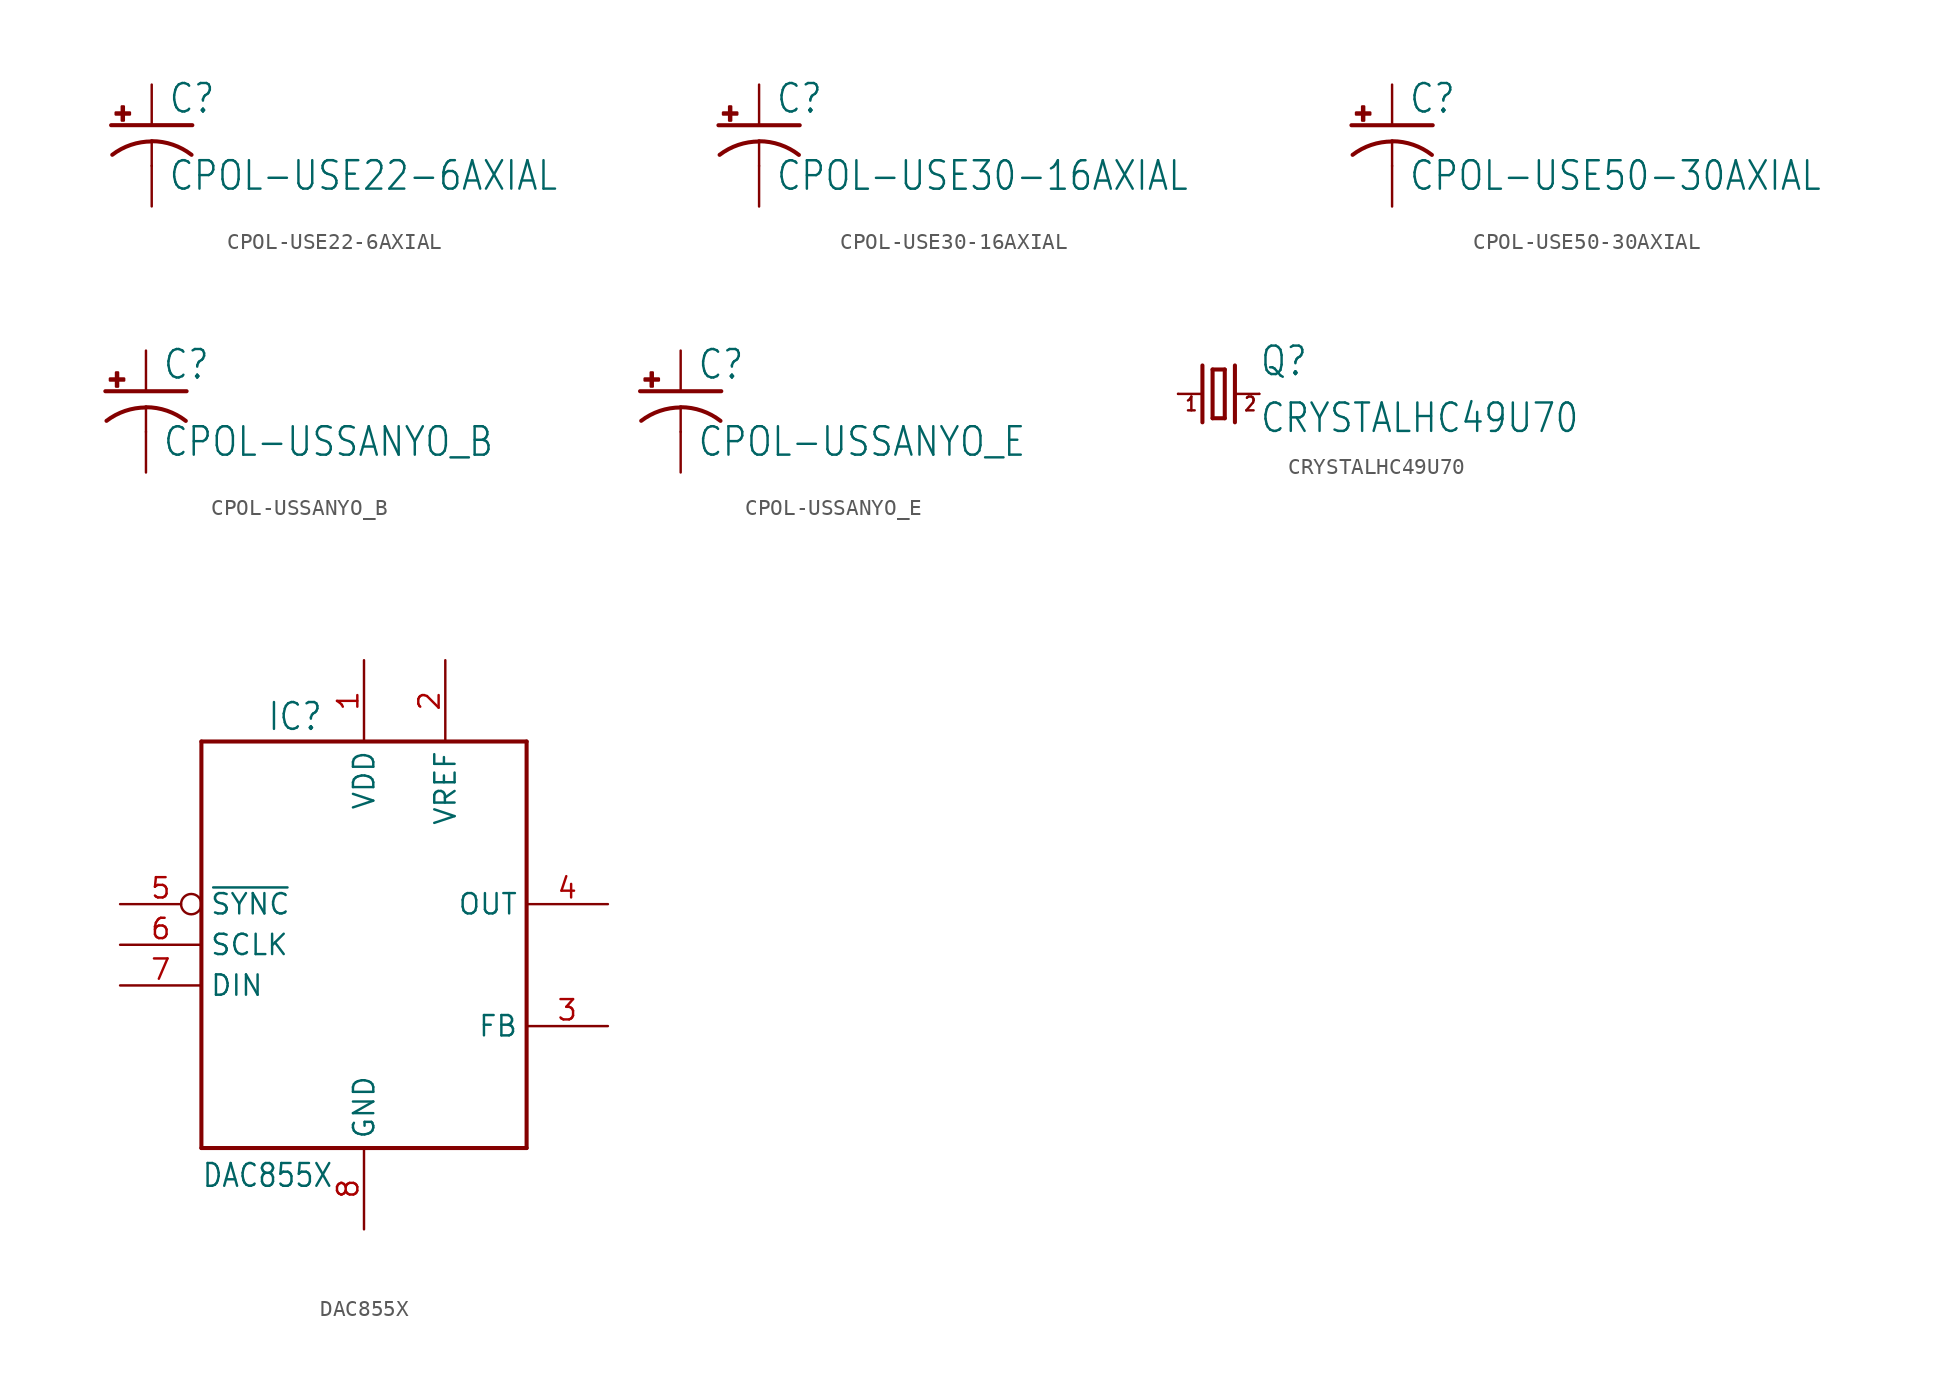
<source format=kicad_sym>
(kicad_symbol_lib
  (version 20211014)
  (generator kicad_symbol_editor)
  (symbol "CPOL-USE22-6AXIAL"
    (property "Reference" "C"
      (at 1.016 0.635 0)
      (effects (font (size 1.778 1.511)) (justify left bottom)))
    (property "Value" "CPOL-USE22-6AXIAL"
      (at 1.016 -4.191 0)
      (effects (font (size 1.778 1.511)) (justify left bottom)))
    (property "ki_locked" ""
      (at 0 0 0)
      (effects (font (size 1.27 1.27))))
    (symbol "CPOL-USE22-6AXIAL_1_0"
      (rectangle (start -2.253 0.668) (end -1.364 0.795) (stroke (width 0) (type default) (color 0 0 0 0)) (fill (type outline)))
      (rectangle (start -1.872 0.287) (end -1.745 1.176) (stroke (width 0) (type default) (color 0 0 0 0)) (fill (type outline)))
      (arc (start 0 -1.0161) (mid -1.3021 -1.2302) (end -2.4669 -1.8504) (stroke (width 0.254) (type default) (color 0 0 0 0)) (fill (type none)))
      (polyline (pts (xy -2.54 0) (xy 2.54 0)) (stroke (width 0.254) (type default) (color 0 0 0 0)) (fill (type none)))
      (polyline (pts (xy 0 -1.016) (xy 0 -2.54)) (stroke (width 0.152) (type default) (color 0 0 0 0)) (fill (type none)))
      (arc (start 2.4892 -1.8542) (mid 1.3158 -1.2195) (end 0 -1) (stroke (width 0.254) (type default) (color 0 0 0 0)) (fill (type none)))
      (pin passive line (at 0 2.54 270) (length 2.54) (name "+" (effects (font (size 0 0)))) (number "+" (effects (font (size 0 0)))))
      (pin passive line (at 0 -5.08 90) (length 2.54) (name "-" (effects (font (size 0 0)))) (number "-" (effects (font (size 0 0)))))))
  (symbol "CPOL-USE30-16AXIAL"
    (property "Reference" "C"
      (at 1.016 0.635 0)
      (effects (font (size 1.778 1.511)) (justify left bottom)))
    (property "Value" "CPOL-USE30-16AXIAL"
      (at 1.016 -4.191 0)
      (effects (font (size 1.778 1.511)) (justify left bottom)))
    (property "ki_locked" ""
      (at 0 0 0)
      (effects (font (size 1.27 1.27))))
    (symbol "CPOL-USE30-16AXIAL_1_0"
      (rectangle (start -2.253 0.668) (end -1.364 0.795) (stroke (width 0) (type default) (color 0 0 0 0)) (fill (type outline)))
      (rectangle (start -1.872 0.287) (end -1.745 1.176) (stroke (width 0) (type default) (color 0 0 0 0)) (fill (type outline)))
      (arc (start 0 -1.0161) (mid -1.3021 -1.2302) (end -2.4669 -1.8504) (stroke (width 0.254) (type default) (color 0 0 0 0)) (fill (type none)))
      (polyline (pts (xy -2.54 0) (xy 2.54 0)) (stroke (width 0.254) (type default) (color 0 0 0 0)) (fill (type none)))
      (polyline (pts (xy 0 -1.016) (xy 0 -2.54)) (stroke (width 0.152) (type default) (color 0 0 0 0)) (fill (type none)))
      (arc (start 2.4892 -1.8542) (mid 1.3158 -1.2195) (end 0 -1) (stroke (width 0.254) (type default) (color 0 0 0 0)) (fill (type none)))
      (pin passive line (at 0 2.54 270) (length 2.54) (name "+" (effects (font (size 0 0)))) (number "+" (effects (font (size 0 0)))))
      (pin passive line (at 0 -5.08 90) (length 2.54) (name "-" (effects (font (size 0 0)))) (number "-" (effects (font (size 0 0)))))))
  (symbol "CPOL-USE50-30AXIAL"
    (property "Reference" "C"
      (at 1.016 0.635 0)
      (effects (font (size 1.778 1.511)) (justify left bottom)))
    (property "Value" "CPOL-USE50-30AXIAL"
      (at 1.016 -4.191 0)
      (effects (font (size 1.778 1.511)) (justify left bottom)))
    (property "ki_locked" ""
      (at 0 0 0)
      (effects (font (size 1.27 1.27))))
    (symbol "CPOL-USE50-30AXIAL_1_0"
      (rectangle (start -2.253 0.668) (end -1.364 0.795) (stroke (width 0) (type default) (color 0 0 0 0)) (fill (type outline)))
      (rectangle (start -1.872 0.287) (end -1.745 1.176) (stroke (width 0) (type default) (color 0 0 0 0)) (fill (type outline)))
      (arc (start 0 -1.0161) (mid -1.3021 -1.2302) (end -2.4669 -1.8504) (stroke (width 0.254) (type default) (color 0 0 0 0)) (fill (type none)))
      (polyline (pts (xy -2.54 0) (xy 2.54 0)) (stroke (width 0.254) (type default) (color 0 0 0 0)) (fill (type none)))
      (polyline (pts (xy 0 -1.016) (xy 0 -2.54)) (stroke (width 0.152) (type default) (color 0 0 0 0)) (fill (type none)))
      (arc (start 2.4892 -1.8542) (mid 1.3158 -1.2195) (end 0 -1) (stroke (width 0.254) (type default) (color 0 0 0 0)) (fill (type none)))
      (pin passive line (at 0 2.54 270) (length 2.54) (name "+" (effects (font (size 0 0)))) (number "+" (effects (font (size 0 0)))))
      (pin passive line (at 0 -5.08 90) (length 2.54) (name "-" (effects (font (size 0 0)))) (number "-" (effects (font (size 0 0)))))))
  (symbol "CPOL-USSANYO_B"
    (property "Reference" "C"
      (at 1.016 0.635 0)
      (effects (font (size 1.778 1.511)) (justify left bottom)))
    (property "Value" "CPOL-USSANYO_B"
      (at 1.016 -4.191 0)
      (effects (font (size 1.778 1.511)) (justify left bottom)))
    (property "ki_locked" ""
      (at 0 0 0)
      (effects (font (size 1.27 1.27))))
    (symbol "CPOL-USSANYO_B_1_0"
      (rectangle (start -2.253 0.668) (end -1.364 0.795) (stroke (width 0) (type default) (color 0 0 0 0)) (fill (type outline)))
      (rectangle (start -1.872 0.287) (end -1.745 1.176) (stroke (width 0) (type default) (color 0 0 0 0)) (fill (type outline)))
      (arc (start 0 -1.0161) (mid -1.3021 -1.2302) (end -2.4669 -1.8504) (stroke (width 0.254) (type default) (color 0 0 0 0)) (fill (type none)))
      (polyline (pts (xy -2.54 0) (xy 2.54 0)) (stroke (width 0.254) (type default) (color 0 0 0 0)) (fill (type none)))
      (polyline (pts (xy 0 -1.016) (xy 0 -2.54)) (stroke (width 0.152) (type default) (color 0 0 0 0)) (fill (type none)))
      (arc (start 2.4892 -1.8542) (mid 1.3158 -1.2195) (end 0 -1) (stroke (width 0.254) (type default) (color 0 0 0 0)) (fill (type none)))
      (pin passive line (at 0 2.54 270) (length 2.54) (name "+" (effects (font (size 0 0)))) (number "+" (effects (font (size 0 0)))))
      (pin passive line (at 0 -5.08 90) (length 2.54) (name "-" (effects (font (size 0 0)))) (number "-" (effects (font (size 0 0)))))))
  (symbol "CPOL-USSANYO_E"
    (property "Reference" "C"
      (at 1.016 0.635 0)
      (effects (font (size 1.778 1.511)) (justify left bottom)))
    (property "Value" "CPOL-USSANYO_E"
      (at 1.016 -4.191 0)
      (effects (font (size 1.778 1.511)) (justify left bottom)))
    (property "ki_locked" ""
      (at 0 0 0)
      (effects (font (size 1.27 1.27))))
    (symbol "CPOL-USSANYO_E_1_0"
      (rectangle (start -2.253 0.668) (end -1.364 0.795) (stroke (width 0) (type default) (color 0 0 0 0)) (fill (type outline)))
      (rectangle (start -1.872 0.287) (end -1.745 1.176) (stroke (width 0) (type default) (color 0 0 0 0)) (fill (type outline)))
      (arc (start 0 -1.0161) (mid -1.3021 -1.2302) (end -2.4669 -1.8504) (stroke (width 0.254) (type default) (color 0 0 0 0)) (fill (type none)))
      (polyline (pts (xy -2.54 0) (xy 2.54 0)) (stroke (width 0.254) (type default) (color 0 0 0 0)) (fill (type none)))
      (polyline (pts (xy 0 -1.016) (xy 0 -2.54)) (stroke (width 0.152) (type default) (color 0 0 0 0)) (fill (type none)))
      (arc (start 2.4892 -1.8542) (mid 1.3158 -1.2195) (end 0 -1) (stroke (width 0.254) (type default) (color 0 0 0 0)) (fill (type none)))
      (pin passive line (at 0 2.54 270) (length 2.54) (name "+" (effects (font (size 0 0)))) (number "+" (effects (font (size 0 0)))))
      (pin passive line (at 0 -5.08 90) (length 2.54) (name "-" (effects (font (size 0 0)))) (number "-" (effects (font (size 0 0)))))))
  (symbol "CRYSTALHC49U70"
    (property "Reference" "Q"
      (at 2.54 1.016 0)
      (effects (font (size 1.778 1.511)) (justify left bottom)))
    (property "Value" "CRYSTALHC49U70"
      (at 2.54 -2.54 0)
      (effects (font (size 1.778 1.511)) (justify left bottom)))
    (property "ki_locked" ""
      (at 0 0 0)
      (effects (font (size 1.27 1.27))))
    (symbol "CRYSTALHC49U70_1_0"
      (polyline (pts (xy -2.54 0) (xy -1.016 0)) (stroke (width 0.152) (type default) (color 0 0 0 0)) (fill (type none)))
      (polyline (pts (xy -1.016 1.778) (xy -1.016 -1.778)) (stroke (width 0.254) (type default) (color 0 0 0 0)) (fill (type none)))
      (polyline (pts (xy -0.381 -1.524) (xy 0.381 -1.524)) (stroke (width 0.254) (type default) (color 0 0 0 0)) (fill (type none)))
      (polyline (pts (xy -0.381 1.524) (xy -0.381 -1.524)) (stroke (width 0.254) (type default) (color 0 0 0 0)) (fill (type none)))
      (polyline (pts (xy 0.381 -1.524) (xy 0.381 1.524)) (stroke (width 0.254) (type default) (color 0 0 0 0)) (fill (type none)))
      (polyline (pts (xy 0.381 1.524) (xy -0.381 1.524)) (stroke (width 0.254) (type default) (color 0 0 0 0)) (fill (type none)))
      (polyline (pts (xy 1.016 0) (xy 2.54 0)) (stroke (width 0.152) (type default) (color 0 0 0 0)) (fill (type none)))
      (polyline (pts (xy 1.016 1.778) (xy 1.016 -1.778)) (stroke (width 0.254) (type default) (color 0 0 0 0)) (fill (type none)))
      (text "1" (at -2.159 -1.143 0) (effects (font (size 0.864 0.734)) (justify left bottom)))
      (text "2" (at 1.524 -1.143 0) (effects (font (size 0.864 0.734)) (justify left bottom)))
      (pin passive line (at -2.54 0 0) (length 0) (name "1" (effects (font (size 0 0)))) (number "1" (effects (font (size 0 0)))))
      (pin passive line (at 2.54 0 180) (length 0) (name "2" (effects (font (size 0 0)))) (number "2" (effects (font (size 0 0)))))))
  (symbol "DAC855X"
    (property "Reference" "IC"
      (at -2.54 15.24 0)
      (effects (font (size 1.676 1.425)) (justify right top)))
    (property "Value" "DAC855X"
      (at -10.16 -15.24 0)
      (effects (font (size 1.422 1.209)) (justify left bottom)))
    (property "ki_locked" ""
      (at 0 0 0)
      (effects (font (size 1.27 1.27))))
    (symbol "DAC855X_1_0"
      (polyline (pts (xy -10.16 -12.7) (xy -10.16 12.7)) (stroke (width 0.254) (type default) (color 0 0 0 0)) (fill (type none)))
      (polyline (pts (xy -10.16 12.7) (xy 10.16 12.7)) (stroke (width 0.254) (type default) (color 0 0 0 0)) (fill (type none)))
      (polyline (pts (xy 10.16 -12.7) (xy -10.16 -12.7)) (stroke (width 0.254) (type default) (color 0 0 0 0)) (fill (type none)))
      (polyline (pts (xy 10.16 12.7) (xy 10.16 -12.7)) (stroke (width 0.254) (type default) (color 0 0 0 0)) (fill (type none)))
      (pin power_in line (at 0 17.78 270) (length 5.08) (name "VDD" (effects (font (size 1.27 1.27)))) (number "1" (effects (font (size 1.27 1.27)))))
      (pin power_in line (at 5.08 17.78 270) (length 5.08) (name "VREF" (effects (font (size 1.27 1.27)))) (number "2" (effects (font (size 1.27 1.27)))))
      (pin input line (at 15.24 -5.08 180) (length 5.08) (name "FB" (effects (font (size 1.27 1.27)))) (number "3" (effects (font (size 1.27 1.27)))))
      (pin output line (at 15.24 2.54 180) (length 5.08) (name "OUT" (effects (font (size 1.27 1.27)))) (number "4" (effects (font (size 1.27 1.27)))))
      (pin bidirectional inverted (at -15.24 2.54 0) (length 5.08) (name "~{SYNC}" (effects (font (size 1.27 1.27)))) (number "5" (effects (font (size 1.27 1.27)))))
      (pin bidirectional line (at -15.24 0 0) (length 5.08) (name "SCLK" (effects (font (size 1.27 1.27)))) (number "6" (effects (font (size 1.27 1.27)))))
      (pin bidirectional line (at -15.24 -2.54 0) (length 5.08) (name "DIN" (effects (font (size 1.27 1.27)))) (number "7" (effects (font (size 1.27 1.27)))))
      (pin power_in line (at 0 -17.78 90) (length 5.08) (name "GND" (effects (font (size 1.27 1.27)))) (number "8" (effects (font (size 1.27 1.27))))))))
</source>
